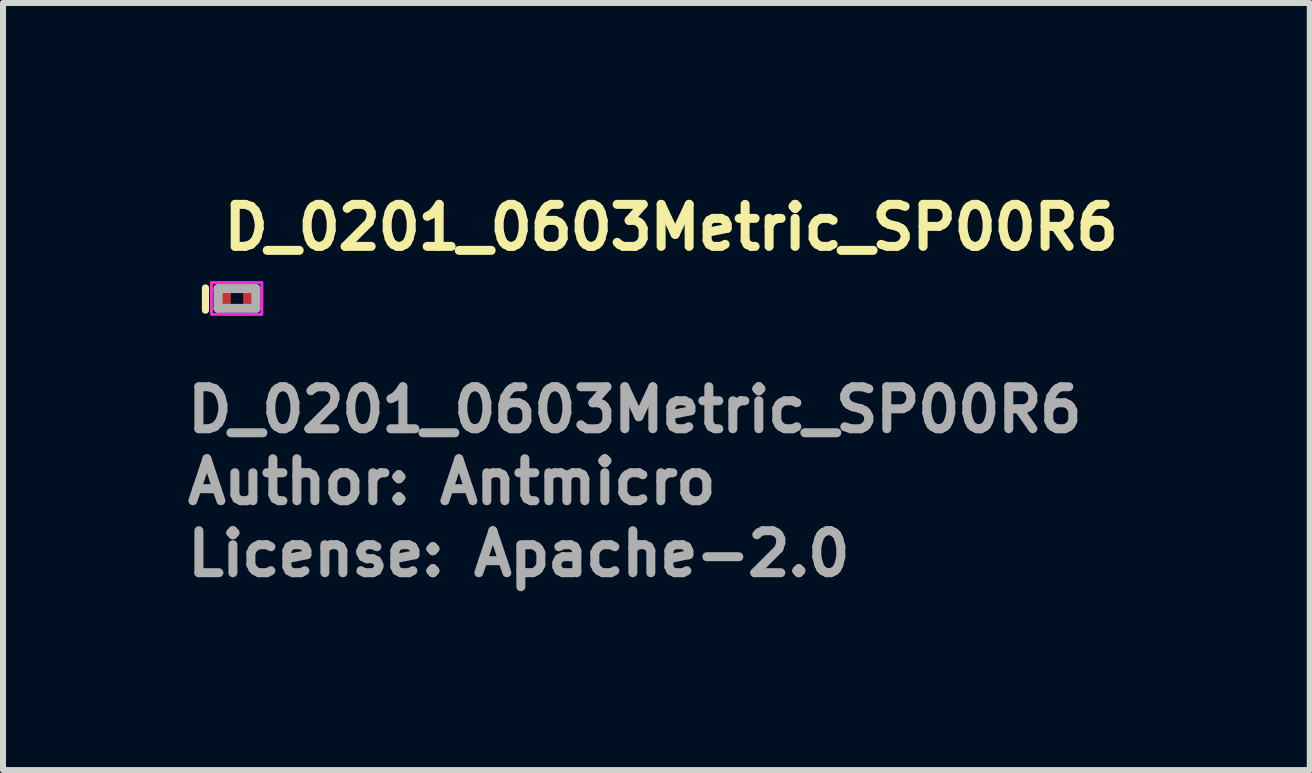
<source format=kicad_pcb>
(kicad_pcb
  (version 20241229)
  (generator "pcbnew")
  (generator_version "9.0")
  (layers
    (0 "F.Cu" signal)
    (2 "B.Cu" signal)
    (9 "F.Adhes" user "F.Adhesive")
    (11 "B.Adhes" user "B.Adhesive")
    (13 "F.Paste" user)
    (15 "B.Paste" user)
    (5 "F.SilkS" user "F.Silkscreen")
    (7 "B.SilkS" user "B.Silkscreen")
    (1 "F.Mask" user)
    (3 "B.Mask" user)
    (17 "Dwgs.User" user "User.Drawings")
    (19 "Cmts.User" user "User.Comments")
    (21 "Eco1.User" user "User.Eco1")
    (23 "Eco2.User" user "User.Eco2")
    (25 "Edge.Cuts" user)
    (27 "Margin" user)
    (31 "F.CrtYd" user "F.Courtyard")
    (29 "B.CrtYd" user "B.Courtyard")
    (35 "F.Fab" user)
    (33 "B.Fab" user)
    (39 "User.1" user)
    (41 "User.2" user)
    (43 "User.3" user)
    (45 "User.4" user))
  (footprint "D_0201_0603Metric_SP00R6"
    (layer "F.Cu")
    (at 0.895 1.93)
    (property "Reference" "D_0201_0603Metric_SP00R6" (at -0.29 -0.78 0) (layer "F.SilkS") (effects (font (size 0.7 0.7) (thickness 0.15)) (justify left bottom)))
    (attr smd)
    (fp_line (start -0.52 -0.18) (end -0.52 0.19) (stroke (width 0.12) (type solid)) (layer "F.SilkS"))
    (fp_rect (start -0.42 -0.27) (end 0.42 0.26) (stroke (width 0.05) (type solid)) (fill no) (layer "F.CrtYd"))
    (fp_line (start -0.31 -0.17) (end 0.32 -0.17) (stroke (width 0.15) (type solid)) (layer "F.Fab"))
    (fp_line (start -0.31 0.16) (end -0.31 -0.17) (stroke (width 0.15) (type solid)) (layer "F.Fab"))
    (fp_line (start 0.32 -0.17) (end 0.32 0.16) (stroke (width 0.15) (type solid)) (layer "F.Fab"))
    (fp_line (start 0.32 0.16) (end -0.31 0.16) (stroke (width 0.15) (type solid)) (layer "F.Fab"))
    (fp_rect (start -0.315 -0.165) (end 0.315 0.165) (stroke (width 0.1) (type solid)) (fill no) (layer "User.5"))
    (fp_line (start -0.315 -0.165) (end 0.315 -0.165) (stroke (width 0.02) (type solid)) (layer "User.9"))
    (fp_line (start -0.315 0.165) (end -0.315 -0.165) (stroke (width 0.02) (type solid)) (layer "User.9"))
    (fp_line (start 0.315 -0.165) (end 0.315 0.165) (stroke (width 0.02) (type solid)) (layer "User.9"))
    (fp_line (start 0.315 0.165) (end -0.315 0.165) (stroke (width 0.02) (type solid)) (layer "User.9"))
    (fp_text user "${REFERENCE}" (at -0.895 2.26 0) (layer "F.Fab") (effects (font (size 0.7 0.7) (thickness 0.15)) (justify left bottom)))
    (fp_text user "Author: Antmicro" (at -0.895 3.46 0) (layer "F.Fab") (effects (font (size 0.7 0.7) (thickness 0.15)) (justify left bottom)))
    (fp_text user "License: Apache-2.0" (at -0.895 4.66 0) (layer "F.Fab") (effects (font (size 0.7 0.7) (thickness 0.15)) (justify left bottom)))
    (pad "1" smd rect (at -0.195 -0.005) (size 0.195 0.325) (layers "F.Cu" "F.Mask" "F.Paste"))
    (pad "2" smd rect (at 0.205 -0.005) (size 0.195 0.325) (layers "F.Cu" "F.Mask" "F.Paste")))
  (gr_rect
    (start -3 -3)
    (end 18.782 9.786)
    (stroke (width 0.1) (type default))
    (fill no)
    (layer "Edge.Cuts")))
</source>
